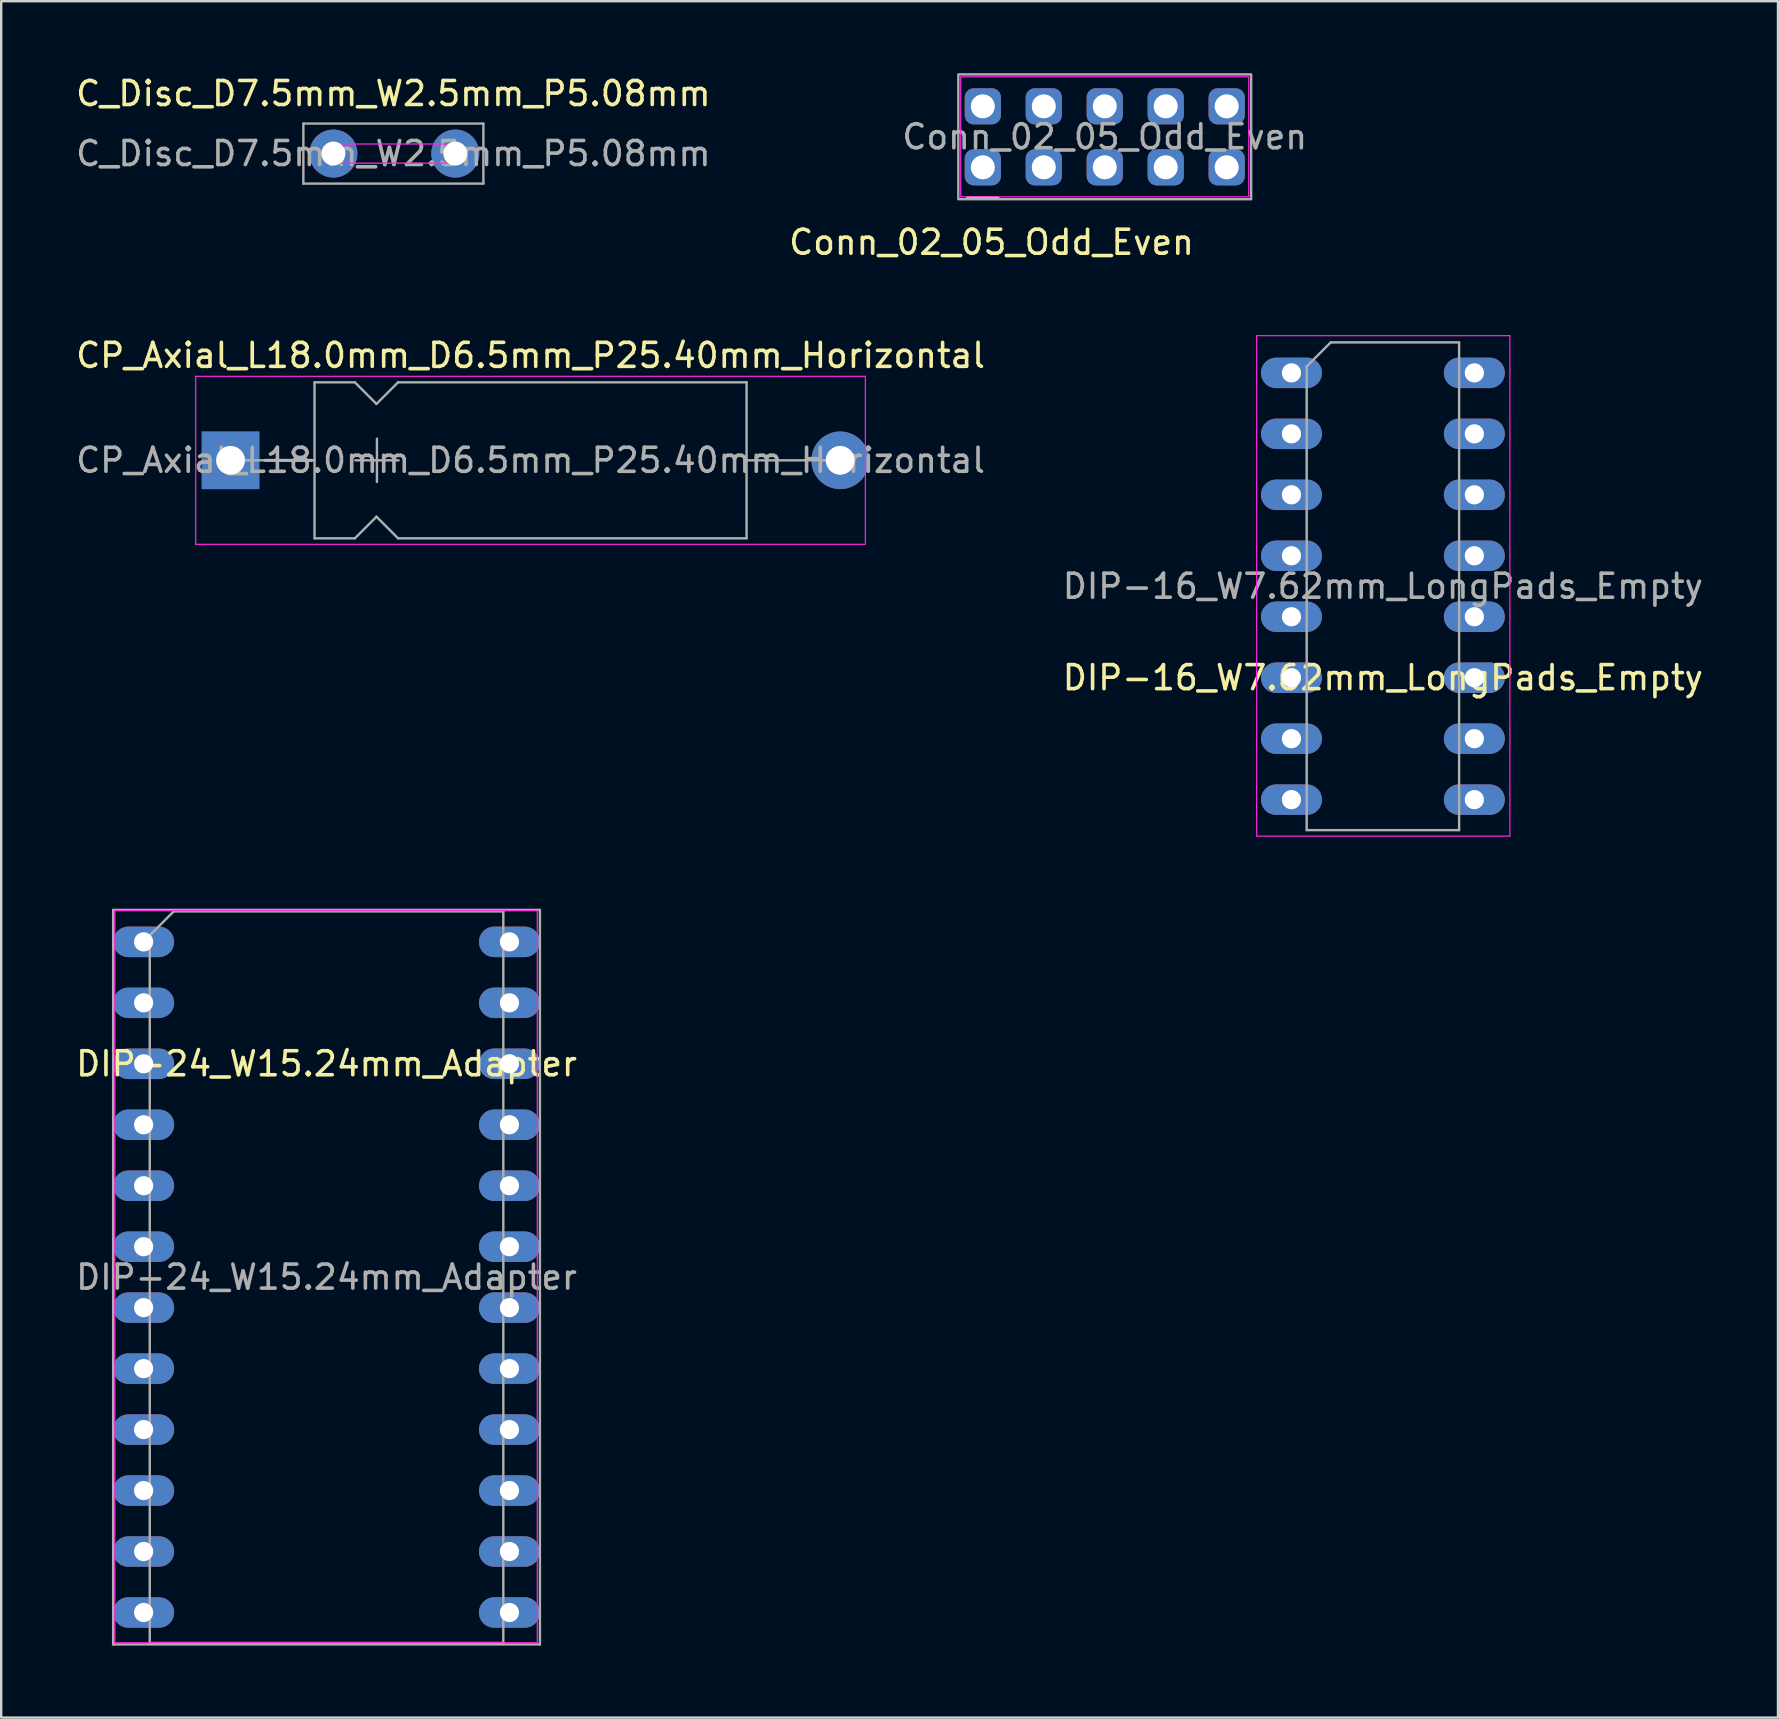
<source format=kicad_pcb>
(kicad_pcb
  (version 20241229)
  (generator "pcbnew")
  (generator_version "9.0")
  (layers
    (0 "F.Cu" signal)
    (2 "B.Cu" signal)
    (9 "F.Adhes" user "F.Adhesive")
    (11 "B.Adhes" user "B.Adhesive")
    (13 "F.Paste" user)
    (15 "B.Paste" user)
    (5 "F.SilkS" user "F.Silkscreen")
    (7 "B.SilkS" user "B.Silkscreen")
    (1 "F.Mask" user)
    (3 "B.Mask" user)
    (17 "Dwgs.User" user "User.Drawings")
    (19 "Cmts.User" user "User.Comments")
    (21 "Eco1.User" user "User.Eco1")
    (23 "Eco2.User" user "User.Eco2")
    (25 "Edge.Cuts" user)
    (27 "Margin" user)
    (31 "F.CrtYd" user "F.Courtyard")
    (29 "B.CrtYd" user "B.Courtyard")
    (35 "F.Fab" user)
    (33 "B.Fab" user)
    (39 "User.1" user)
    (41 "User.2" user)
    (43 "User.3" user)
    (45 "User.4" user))
  (footprint "DIP-24_W15.24mm_Adapter"
    (layer "F.Cu")
    (at 2.934 36.19)
    (property "Reference" "DIP-24_W15.24mm_Adapter" (at 7.62 5.08 0) (layer "F.SilkS") (effects (font (size 1 1) (thickness 0.15))))
    (attr through_hole)
    (fp_line (start -1.2 -1.3) (end -1.2 29.2) (stroke (width 0.05) (type solid)) (layer "F.CrtYd"))
    (fp_line (start -1.2 29.2) (end 16.4 29.2) (stroke (width 0.05) (type solid)) (layer "F.CrtYd"))
    (fp_line (start 16.4 -1.3) (end -1.2 -1.3) (stroke (width 0.05) (type solid)) (layer "F.CrtYd"))
    (fp_line (start 16.4 29.2) (end 16.4 -1.3) (stroke (width 0.05) (type solid)) (layer "F.CrtYd"))
    (fp_line (start -1.27 -1.33) (end -1.27 29.27) (stroke (width 0.1) (type solid)) (layer "F.Fab"))
    (fp_line (start -1.27 29.27) (end 16.51 29.27) (stroke (width 0.1) (type solid)) (layer "F.Fab"))
    (fp_line (start 0.255 -0.27) (end 1.255 -1.27) (stroke (width 0.1) (type solid)) (layer "F.Fab"))
    (fp_line (start 0.255 29.21) (end 0.255 -0.27) (stroke (width 0.1) (type solid)) (layer "F.Fab"))
    (fp_line (start 1.255 -1.27) (end 14.985 -1.27) (stroke (width 0.1) (type solid)) (layer "F.Fab"))
    (fp_line (start 14.985 -1.27) (end 14.985 29.21) (stroke (width 0.1) (type solid)) (layer "F.Fab"))
    (fp_line (start 14.985 29.21) (end 0.255 29.21) (stroke (width 0.1) (type solid)) (layer "F.Fab"))
    (fp_line (start 16.51 -1.33) (end -1.27 -1.33) (stroke (width 0.1) (type solid)) (layer "F.Fab"))
    (fp_line (start 16.51 29.27) (end 16.51 -1.33) (stroke (width 0.1) (type solid)) (layer "F.Fab"))
    (fp_text user "${REFERENCE}" (at 7.62 13.97 0) (layer "F.Fab") (effects (font (size 1 1) (thickness 0.15))))
    (pad "1" thru_hole oval (at 0 0) (size 2.54 1.27) (drill 0.8) (layers "*.Cu" "*.Mask"))
    (pad "2" thru_hole oval (at 0 2.54) (size 2.54 1.27) (drill 0.8) (layers "*.Cu" "*.Mask"))
    (pad "3" thru_hole oval (at 0 5.08) (size 2.54 1.27) (drill 0.8) (layers "*.Cu" "*.Mask"))
    (pad "4" thru_hole oval (at 0 7.62) (size 2.54 1.27) (drill 0.8) (layers "*.Cu" "*.Mask"))
    (pad "5" thru_hole oval (at 0 10.16) (size 2.54 1.27) (drill 0.8) (layers "*.Cu" "*.Mask"))
    (pad "6" thru_hole oval (at 0 12.7) (size 2.54 1.27) (drill 0.8) (layers "*.Cu" "*.Mask"))
    (pad "7" thru_hole oval (at 0 15.24) (size 2.54 1.27) (drill 0.8) (layers "*.Cu" "*.Mask"))
    (pad "8" thru_hole oval (at 0 17.78) (size 2.54 1.27) (drill 0.8) (layers "*.Cu" "*.Mask"))
    (pad "9" thru_hole oval (at 0 20.32) (size 2.54 1.27) (drill 0.8) (layers "*.Cu" "*.Mask"))
    (pad "10" thru_hole oval (at 0 22.86) (size 2.54 1.27) (drill 0.8) (layers "*.Cu" "*.Mask"))
    (pad "11" thru_hole oval (at 0 25.4) (size 2.54 1.27) (drill 0.8) (layers "*.Cu" "*.Mask"))
    (pad "12" thru_hole oval (at 0 27.94) (size 2.54 1.27) (drill 0.8) (layers "*.Cu" "*.Mask"))
    (pad "13" thru_hole oval (at 15.24 27.94) (size 2.54 1.27) (drill 0.8) (layers "*.Cu" "*.Mask"))
    (pad "14" thru_hole oval (at 15.24 25.4) (size 2.54 1.27) (drill 0.8) (layers "*.Cu" "*.Mask"))
    (pad "15" thru_hole oval (at 15.24 22.86) (size 2.54 1.27) (drill 0.8) (layers "*.Cu" "*.Mask"))
    (pad "16" thru_hole oval (at 15.24 20.32) (size 2.54 1.27) (drill 0.8) (layers "*.Cu" "*.Mask"))
    (pad "17" thru_hole oval (at 15.24 17.78) (size 2.54 1.27) (drill 0.8) (layers "*.Cu" "*.Mask"))
    (pad "18" thru_hole oval (at 15.24 15.24) (size 2.54 1.27) (drill 0.8) (layers "*.Cu" "*.Mask"))
    (pad "19" thru_hole oval (at 15.24 12.7) (size 2.54 1.27) (drill 0.8) (layers "*.Cu" "*.Mask"))
    (pad "20" thru_hole oval (at 15.24 10.16) (size 2.54 1.27) (drill 0.8) (layers "*.Cu" "*.Mask"))
    (pad "21" thru_hole oval (at 15.24 7.62) (size 2.54 1.27) (drill 0.8) (layers "*.Cu" "*.Mask"))
    (pad "22" thru_hole oval (at 15.24 5.08) (size 2.54 1.27) (drill 0.8) (layers "*.Cu" "*.Mask"))
    (pad "23" thru_hole oval (at 15.24 2.54) (size 2.54 1.27) (drill 0.8) (layers "*.Cu" "*.Mask"))
    (pad "24" thru_hole oval (at 15.24 0) (size 2.54 1.27) (drill 0.8) (layers "*.Cu" "*.Mask")))
  (footprint "C_Disc_D7.5mm_W2.5mm_P5.08mm"
    (layer "F.Cu")
    (at 10.839 3.348)
    (property "Reference" "C_Disc_D7.5mm_W2.5mm_P5.08mm" (at 2.5 -2.5 0) (layer "F.SilkS") (effects (font (size 1 1) (thickness 0.15))))
    (attr through_hole)
    (fp_rect (start -0.3 -0.4) (end 5.2 0.4) (stroke (width 0.05) (type solid)) (fill no) (layer "F.CrtYd"))
    (fp_line (start -1.25 -1.25) (end -1.25 1.25) (stroke (width 0.1) (type solid)) (layer "F.Fab"))
    (fp_line (start -1.25 1.25) (end 6.25 1.25) (stroke (width 0.1) (type solid)) (layer "F.Fab"))
    (fp_line (start 6.25 -1.25) (end -1.25 -1.25) (stroke (width 0.1) (type solid)) (layer "F.Fab"))
    (fp_line (start 6.25 1.25) (end 6.25 -1.25) (stroke (width 0.1) (type solid)) (layer "F.Fab"))
    (fp_text user "${REFERENCE}" (at 2.5 0 0) (layer "F.Fab") (effects (font (size 1 1) (thickness 0.15))))
    (pad "1" thru_hole circle (at 0 0) (size 2 2) (drill 1) (layers "*.Cu" "*.Mask"))
    (pad "2" thru_hole circle (at 5.08 0) (size 2 2) (drill 1) (layers "*.Cu" "*.Mask")))
  (footprint "Conn_02_05_Odd_Even"
    (layer "F.Cu")
    (at 37.896 3.92)
    (property "Reference" "Conn_02_05_Odd_Even" (at 8.89 2.54 0) (layer "F.SilkS") (effects (font (size 1 1) (thickness 0.15)) (justify right top)))
    (attr through_hole)
    (fp_line (start -0.635 1.27) (end 0.635 1.27) (stroke (width 0.12) (type solid)) (layer "F.SilkS"))
    (fp_rect (start -0.92 -3.77) (end 11.08 1.23) (stroke (width 0.05) (type solid)) (fill no) (layer "F.CrtYd"))
    (fp_rect (start -1.02 -3.87) (end 11.18 1.33) (stroke (width 0.1) (type solid)) (fill no) (layer "F.Fab"))
    (fp_text user "${REFERENCE}" (at 5.08 -1.27 0) (layer "F.Fab") (effects (font (size 1 1) (thickness 0.15))))
    (pad "1" thru_hole roundrect (at 0 0) (size 1.508 1.508) (drill 1) (layers "*.Cu" "*.Mask") (roundrect_rratio 0.25))
    (pad "2" thru_hole roundrect (at 0 -2.54) (size 1.508 1.508) (drill 1) (layers "*.Cu" "*.Mask") (roundrect_rratio 0.25))
    (pad "3" thru_hole roundrect (at 2.54 0) (size 1.508 1.508) (drill 1) (layers "*.Cu" "*.Mask") (roundrect_rratio 0.25))
    (pad "4" thru_hole roundrect (at 2.54 -2.54) (size 1.508 1.508) (drill 1) (layers "*.Cu" "*.Mask") (roundrect_rratio 0.25))
    (pad "5" thru_hole roundrect (at 5.08 0) (size 1.508 1.508) (drill 1) (layers "*.Cu" "*.Mask") (roundrect_rratio 0.25))
    (pad "6" thru_hole roundrect (at 5.08 -2.54) (size 1.508 1.508) (drill 1) (layers "*.Cu" "*.Mask") (roundrect_rratio 0.25))
    (pad "7" thru_hole roundrect (at 7.62 0) (size 1.508 1.508) (drill 1) (layers "*.Cu" "*.Mask") (roundrect_rratio 0.25))
    (pad "8" thru_hole roundrect (at 7.62 -2.54) (size 1.508 1.508) (drill 1) (layers "*.Cu" "*.Mask") (roundrect_rratio 0.25))
    (pad "9" thru_hole roundrect (at 10.16 0) (size 1.508 1.508) (drill 1) (layers "*.Cu" "*.Mask") (roundrect_rratio 0.25))
    (pad "10" thru_hole roundrect (at 10.16 -2.54) (size 1.508 1.508) (drill 1) (layers "*.Cu" "*.Mask") (roundrect_rratio 0.25)))
  (footprint "DIP-16_W7.62mm_LongPads_Empty"
    (layer "F.Cu")
    (at 50.755 12.485)
    (property "Reference" "DIP-16_W7.62mm_LongPads_Empty" (at 3.81 12.7 0) (layer "F.SilkS") (effects (font (size 1 1) (thickness 0.15))))
    (attr through_hole board_only exclude_from_pos_files exclude_from_bom allow_missing_courtyard dnp)
    (fp_line (start -1.45 -1.55) (end -1.45 19.3) (stroke (width 0.05) (type solid)) (layer "F.CrtYd"))
    (fp_line (start -1.45 19.3) (end 9.1 19.3) (stroke (width 0.05) (type solid)) (layer "F.CrtYd"))
    (fp_line (start 9.1 -1.55) (end -1.45 -1.55) (stroke (width 0.05) (type solid)) (layer "F.CrtYd"))
    (fp_line (start 9.1 19.3) (end 9.1 -1.55) (stroke (width 0.05) (type solid)) (layer "F.CrtYd"))
    (fp_line (start 0.635 -0.27) (end 1.635 -1.27) (stroke (width 0.1) (type solid)) (layer "F.Fab"))
    (fp_line (start 0.635 19.05) (end 0.635 -0.27) (stroke (width 0.1) (type solid)) (layer "F.Fab"))
    (fp_line (start 1.635 -1.27) (end 6.985 -1.27) (stroke (width 0.1) (type solid)) (layer "F.Fab"))
    (fp_line (start 6.985 -1.27) (end 6.985 19.05) (stroke (width 0.1) (type solid)) (layer "F.Fab"))
    (fp_line (start 6.985 19.05) (end 0.635 19.05) (stroke (width 0.1) (type solid)) (layer "F.Fab"))
    (fp_text user "${REFERENCE}" (at 3.81 8.89 0) (layer "F.Fab") (effects (font (size 1 1) (thickness 0.15))))
    (pad "1" thru_hole oval (at 0 0) (size 2.54 1.27) (drill 0.8) (layers "*.Cu" "*.Mask"))
    (pad "2" thru_hole oval (at 0 2.54) (size 2.54 1.27) (drill 0.8) (layers "*.Cu" "*.Mask"))
    (pad "3" thru_hole oval (at 0 5.08) (size 2.54 1.27) (drill 0.8) (layers "*.Cu" "*.Mask"))
    (pad "4" thru_hole oval (at 0 7.62) (size 2.54 1.27) (drill 0.8) (layers "*.Cu" "*.Mask"))
    (pad "5" thru_hole oval (at 0 10.16) (size 2.54 1.27) (drill 0.8) (layers "*.Cu" "*.Mask"))
    (pad "6" thru_hole oval (at 0 12.7) (size 2.54 1.27) (drill 0.8) (layers "*.Cu" "*.Mask"))
    (pad "7" thru_hole oval (at 0 15.24) (size 2.54 1.27) (drill 0.8) (layers "*.Cu" "*.Mask"))
    (pad "8" thru_hole oval (at 0 17.78) (size 2.54 1.27) (drill 0.8) (layers "*.Cu" "*.Mask"))
    (pad "9" thru_hole oval (at 7.62 17.78) (size 2.54 1.27) (drill 0.8) (layers "*.Cu" "*.Mask"))
    (pad "10" thru_hole oval (at 7.62 15.24) (size 2.54 1.27) (drill 0.8) (layers "*.Cu" "*.Mask"))
    (pad "11" thru_hole oval (at 7.62 12.7) (size 2.54 1.27) (drill 0.8) (layers "*.Cu" "*.Mask"))
    (pad "12" thru_hole oval (at 7.62 10.16) (size 2.54 1.27) (drill 0.8) (layers "*.Cu" "*.Mask"))
    (pad "13" thru_hole oval (at 7.62 7.62) (size 2.54 1.27) (drill 0.8) (layers "*.Cu" "*.Mask"))
    (pad "14" thru_hole oval (at 7.62 5.08) (size 2.54 1.27) (drill 0.8) (layers "*.Cu" "*.Mask"))
    (pad "15" thru_hole oval (at 7.62 2.54) (size 2.54 1.27) (drill 0.8) (layers "*.Cu" "*.Mask"))
    (pad "16" thru_hole oval (at 7.62 0) (size 2.54 1.27) (drill 0.8) (layers "*.Cu" "*.Mask")))
  (footprint "CP_Axial_L18.0mm_D6.5mm_P25.40mm_Horizontal"
    (layer "F.Cu")
    (at 6.554 16.128)
    (property "Reference" "CP_Axial_L18.0mm_D6.5mm_P25.40mm_Horizontal" (at 12.5 -4.37 0) (layer "F.SilkS") (effects (font (size 1 1) (thickness 0.15))))
    (attr through_hole)
    (fp_line (start 1.44 0) (end 3.38 0) (stroke (width 0.12) (type solid)) (layer "F.SilkS"))
    (fp_line (start -1.45 -3.5) (end -1.45 3.5) (stroke (width 0.05) (type solid)) (layer "F.CrtYd"))
    (fp_line (start -1.45 3.5) (end 26.45 3.5) (stroke (width 0.05) (type solid)) (layer "F.CrtYd"))
    (fp_line (start 26.45 -3.5) (end -1.45 -3.5) (stroke (width 0.05) (type solid)) (layer "F.CrtYd"))
    (fp_line (start 26.45 3.5) (end 26.45 -3.5) (stroke (width 0.05) (type solid)) (layer "F.CrtYd"))
    (fp_line (start 0 0) (end 3.5 0) (stroke (width 0.1) (type solid)) (layer "F.Fab"))
    (fp_line (start 3.5 -3.25) (end 3.5 3.25) (stroke (width 0.1) (type solid)) (layer "F.Fab"))
    (fp_line (start 3.5 -3.25) (end 5.18 -3.25) (stroke (width 0.1) (type solid)) (layer "F.Fab"))
    (fp_line (start 3.5 3.25) (end 5.18 3.25) (stroke (width 0.1) (type solid)) (layer "F.Fab"))
    (fp_line (start 5.18 -3.25) (end 6.08 -2.35) (stroke (width 0.1) (type solid)) (layer "F.Fab"))
    (fp_line (start 5.18 3.25) (end 6.08 2.35) (stroke (width 0.1) (type solid)) (layer "F.Fab"))
    (fp_line (start 5.2 0) (end 7 0) (stroke (width 0.1) (type solid)) (layer "F.Fab"))
    (fp_line (start 6.08 -2.35) (end 6.98 -3.25) (stroke (width 0.1) (type solid)) (layer "F.Fab"))
    (fp_line (start 6.08 2.35) (end 6.98 3.25) (stroke (width 0.1) (type solid)) (layer "F.Fab"))
    (fp_line (start 6.1 -0.9) (end 6.1 0.9) (stroke (width 0.1) (type solid)) (layer "F.Fab"))
    (fp_line (start 6.98 -3.25) (end 21.5 -3.25) (stroke (width 0.1) (type solid)) (layer "F.Fab"))
    (fp_line (start 6.98 3.25) (end 21.5 3.25) (stroke (width 0.1) (type solid)) (layer "F.Fab"))
    (fp_line (start 21.5 -3.25) (end 21.5 3.25) (stroke (width 0.1) (type solid)) (layer "F.Fab"))
    (fp_line (start 25 0) (end 21.5 0) (stroke (width 0.1) (type solid)) (layer "F.Fab"))
    (fp_text user "${REFERENCE}" (at 12.5 0 0) (layer "F.Fab") (effects (font (size 1 1) (thickness 0.15))))
    (pad "1" thru_hole rect (at 0 0) (size 2.4 2.4) (drill 1.2) (layers "*.Cu" "*.Mask"))
    (pad "2" thru_hole oval (at 25.4 0) (size 2.4 2.4) (drill 1.2) (layers "*.Cu" "*.Mask")))
  (gr_rect
    (start -3 -3)
    (end 71.024 68.51)
    (stroke (width 0.1) (type default))
    (fill no)
    (layer "Edge.Cuts")))
</source>
